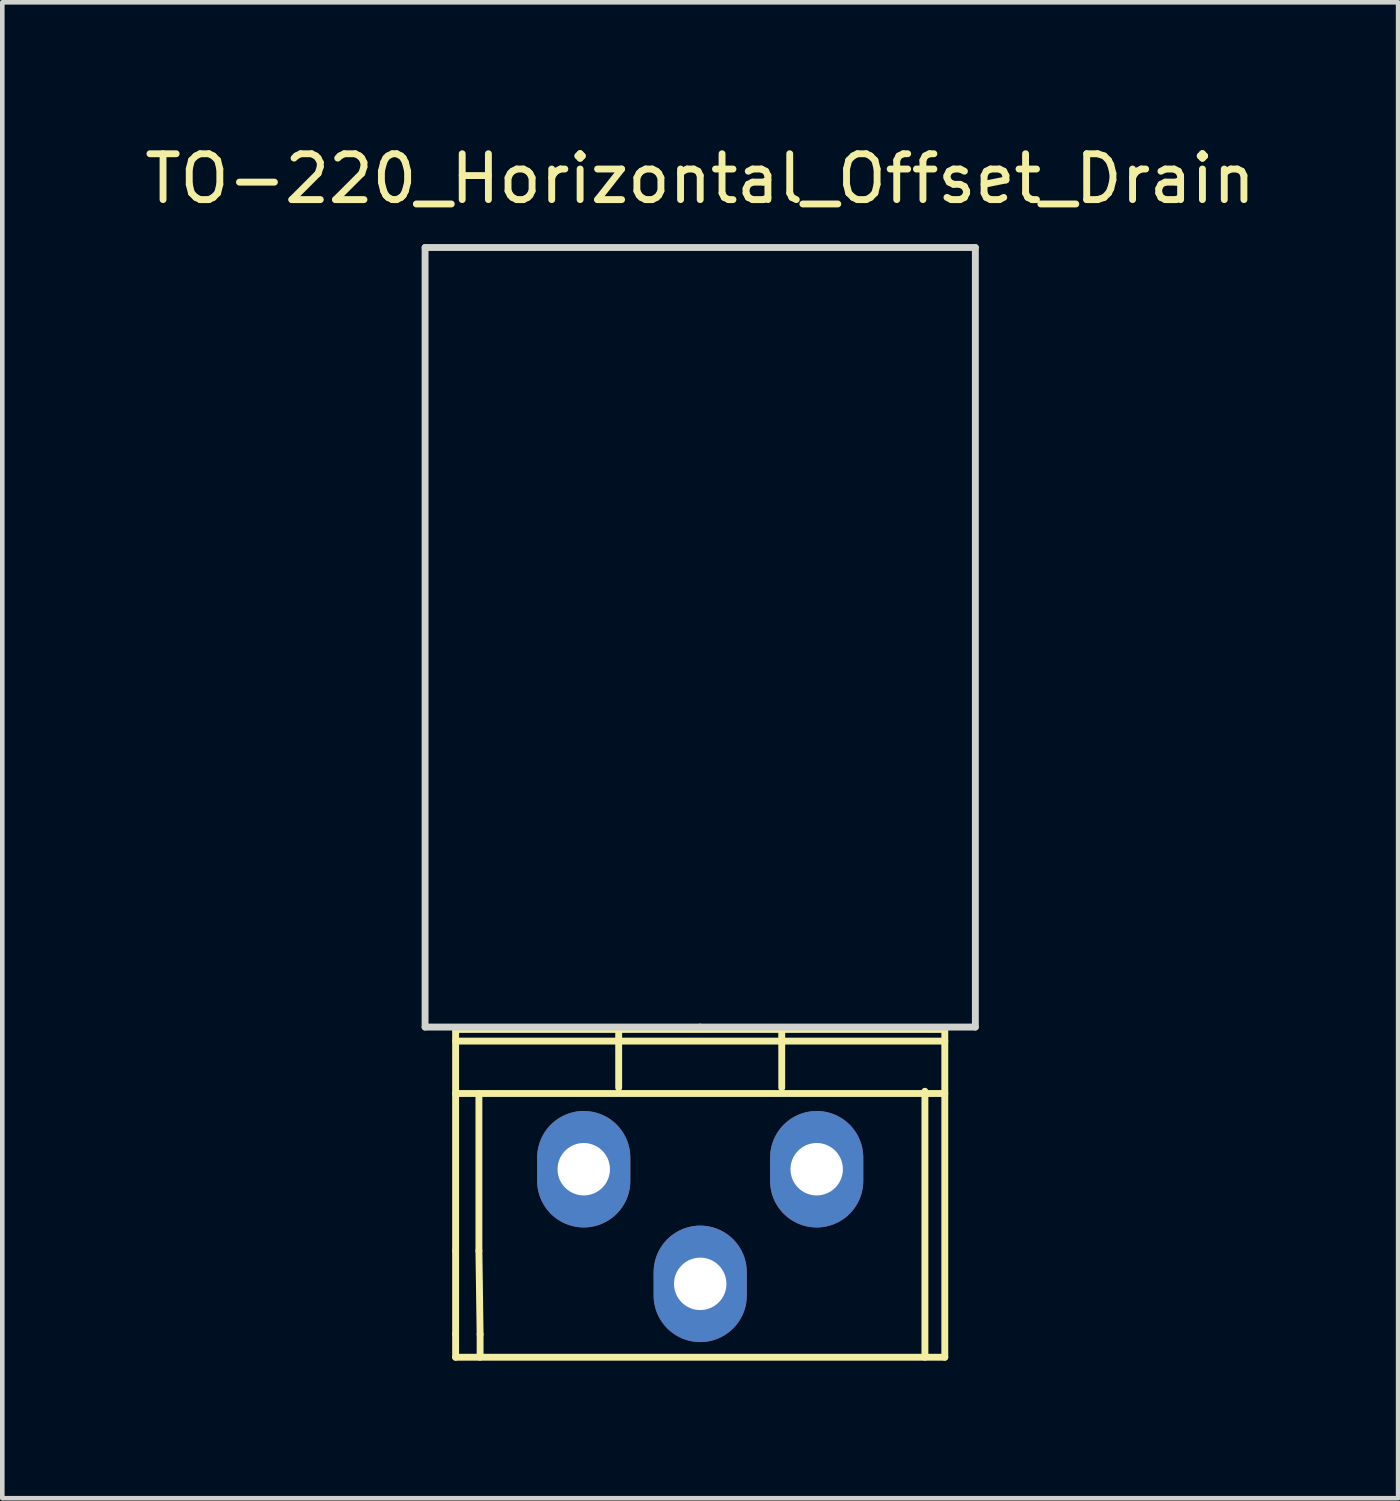
<source format=kicad_pcb>
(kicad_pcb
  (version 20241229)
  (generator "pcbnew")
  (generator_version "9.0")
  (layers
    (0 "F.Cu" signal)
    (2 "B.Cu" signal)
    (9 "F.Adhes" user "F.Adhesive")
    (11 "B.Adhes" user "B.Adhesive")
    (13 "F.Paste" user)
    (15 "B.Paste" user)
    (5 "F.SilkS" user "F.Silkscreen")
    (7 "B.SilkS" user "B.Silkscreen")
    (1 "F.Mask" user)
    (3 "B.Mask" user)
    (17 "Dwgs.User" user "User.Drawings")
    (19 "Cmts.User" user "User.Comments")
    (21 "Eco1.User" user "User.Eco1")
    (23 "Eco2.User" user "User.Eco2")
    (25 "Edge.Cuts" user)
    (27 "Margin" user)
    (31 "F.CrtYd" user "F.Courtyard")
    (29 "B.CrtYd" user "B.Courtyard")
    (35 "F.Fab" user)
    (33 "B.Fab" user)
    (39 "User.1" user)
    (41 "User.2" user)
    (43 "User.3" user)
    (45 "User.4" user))
  (footprint "TO-220_Horizontal_Offset_Drain"
    (layer "F.Cu")
    (at 12.22 22.448)
    (property "Reference" "TO-220_Horizontal_Offset_Drain" (at 0 -21.6 0) (layer "F.SilkS") (effects (font (size 1 1) (thickness 0.15))))
    (attr through_hole)
    (fp_line (start -5.334 -3.048) (end -5.334 1.778) (stroke (width 0.15) (type solid)) (layer "F.SilkS"))
    (fp_line (start -5.334 -1.651) (end 5.334 -1.651) (stroke (width 0.15) (type solid)) (layer "F.SilkS"))
    (fp_line (start -5.334 3.6) (end -5.334 1.778) (stroke (width 0.15) (type solid)) (layer "F.SilkS"))
    (fp_line (start -5.334 3.6) (end -5.334 4.1) (stroke (width 0.15) (type solid)) (layer "F.SilkS"))
    (fp_line (start -4.826 -1.651) (end -4.826 1.778) (stroke (width 0.15) (type solid)) (layer "F.SilkS"))
    (fp_line (start -4.826 1.778) (end -4.8 3.6) (stroke (width 0.15) (type solid)) (layer "F.SilkS"))
    (fp_line (start -4.8 3.6) (end -4.8 4.1) (stroke (width 0.15) (type solid)) (layer "F.SilkS"))
    (fp_line (start -1.778 -1.778) (end -1.778 -3.048) (stroke (width 0.15) (type solid)) (layer "F.SilkS"))
    (fp_line (start 1.778 -1.778) (end 1.778 -3.048) (stroke (width 0.15) (type solid)) (layer "F.SilkS"))
    (fp_line (start 4.9 -1.7) (end 4.9 4.1) (stroke (width 0.15) (type solid)) (layer "F.SilkS"))
    (fp_line (start 5.334 -3.048) (end -5.334 -3.048) (stroke (width 0.15) (type solid)) (layer "F.SilkS"))
    (fp_line (start 5.334 -3.048) (end 5.334 4.1) (stroke (width 0.15) (type solid)) (layer "F.SilkS"))
    (fp_line (start 5.334 -2.794) (end -5.334 -2.794) (stroke (width 0.15) (type solid)) (layer "F.SilkS"))
    (fp_line (start 5.334 4.1) (end -5.334 4.1) (stroke (width 0.15) (type solid)) (layer "F.SilkS"))
    (fp_line (start -6 -20.1) (end 6 -20.1) (stroke (width 0.15) (type solid)) (layer "Edge.Cuts"))
    (fp_line (start -6 -3.1) (end -6 -20.1) (stroke (width 0.15) (type solid)) (layer "Edge.Cuts"))
    (fp_line (start 0 -3.1) (end -6 -3.1) (stroke (width 0.15) (type solid)) (layer "Edge.Cuts"))
    (fp_line (start 6 -20.1) (end 6 -3.1) (stroke (width 0.15) (type solid)) (layer "Edge.Cuts"))
    (fp_line (start 6 -3.1) (end 0 -3.1) (stroke (width 0.15) (type solid)) (layer "Edge.Cuts"))
    (pad "1" thru_hole oval (at -2.54 0) (size 2.032 2.54) (drill 1.143) (layers "*.Cu" "*.Mask"))
    (pad "2" thru_hole oval (at 0 2.5) (size 2.032 2.54) (drill 1.143) (layers "*.Cu" "*.Mask"))
    (pad "3" thru_hole oval (at 2.54 0) (size 2.032 2.54) (drill 1.143) (layers "*.Cu" "*.Mask")))
  (gr_rect
    (start -3 -3)
    (end 27.44 29.623)
    (stroke (width 0.1) (type default))
    (fill no)
    (layer "Edge.Cuts")))
</source>
